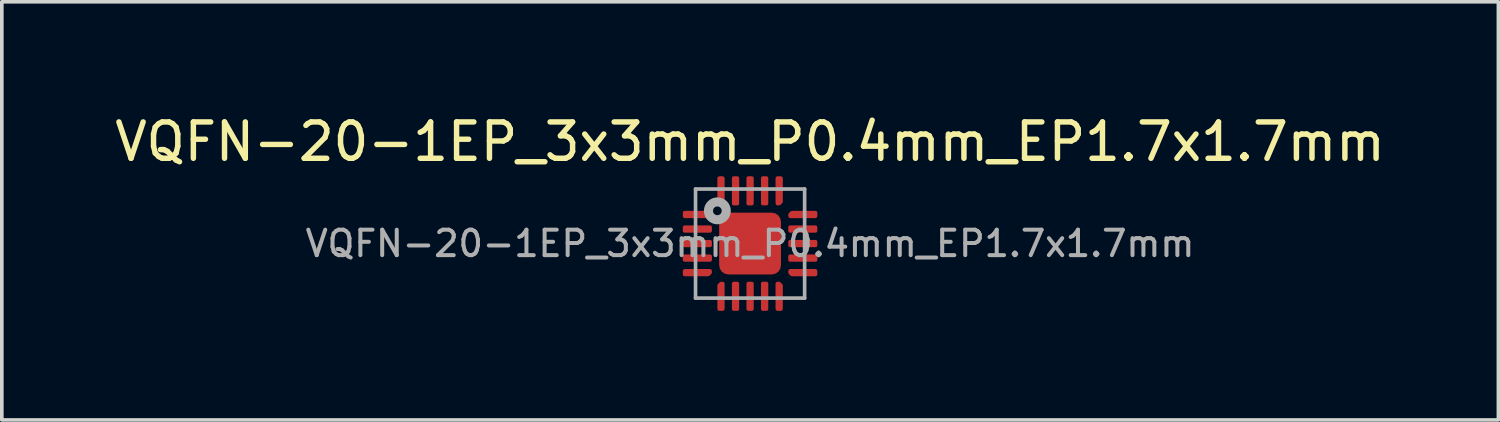
<source format=kicad_pcb>
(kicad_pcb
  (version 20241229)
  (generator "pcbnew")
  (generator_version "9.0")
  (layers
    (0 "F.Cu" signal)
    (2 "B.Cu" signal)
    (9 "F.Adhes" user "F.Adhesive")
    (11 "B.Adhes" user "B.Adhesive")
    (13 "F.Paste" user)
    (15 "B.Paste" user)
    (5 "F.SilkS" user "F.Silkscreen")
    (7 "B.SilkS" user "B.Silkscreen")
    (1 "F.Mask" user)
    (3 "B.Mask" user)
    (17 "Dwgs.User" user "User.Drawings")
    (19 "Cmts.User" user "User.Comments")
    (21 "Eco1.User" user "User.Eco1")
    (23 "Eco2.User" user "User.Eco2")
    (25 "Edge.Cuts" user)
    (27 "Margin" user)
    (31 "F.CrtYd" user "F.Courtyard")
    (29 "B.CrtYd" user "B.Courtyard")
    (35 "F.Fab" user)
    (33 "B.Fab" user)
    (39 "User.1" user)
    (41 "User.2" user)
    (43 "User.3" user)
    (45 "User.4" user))
  (footprint "VQFN-20-1EP_3x3mm_P0.4mm_EP1.7x1.7mm"
    (layer "F.Cu")
    (at 17.577 3.648)
    (property "Reference" "VQFN-20-1EP_3x3mm_P0.4mm_EP1.7x1.7mm" (at 0 -2.8 0) (layer "F.SilkS") (effects (font (size 1 1) (thickness 0.15))))
    (attr smd)
    (fp_line (start -1.5 -1.5) (end 1.5 -1.5) (stroke (width 0.1) (type solid)) (layer "F.Fab"))
    (fp_line (start -1.5 1.5) (end -1.5 -1.5) (stroke (width 0.1) (type solid)) (layer "F.Fab"))
    (fp_line (start 1.5 -1.5) (end 1.5 1.5) (stroke (width 0.1) (type solid)) (layer "F.Fab"))
    (fp_line (start 1.5 1.5) (end -1.5 1.5) (stroke (width 0.1) (type solid)) (layer "F.Fab"))
    (fp_circle (center -0.9 -0.9) (end -0.78 -0.9) (stroke (width 0.25) (type solid)) (fill no) (layer "F.Fab"))
    (fp_text user "${REFERENCE}" (at 0 0 0) (layer "F.Fab") (effects (font (size 0.7 0.7) (thickness 0.11))))
    (pad "" smd roundrect (at -0.425 -0.425) (size 0.69 0.69) (layers "F.Paste") (roundrect_rratio 0.25))
    (pad "" smd roundrect (at -0.425 0.425) (size 0.69 0.69) (layers "F.Paste") (roundrect_rratio 0.25))
    (pad "" smd roundrect (at 0.425 -0.425) (size 0.69 0.69) (layers "F.Paste") (roundrect_rratio 0.25))
    (pad "" smd roundrect (at 0.425 0.425) (size 0.69 0.69) (layers "F.Paste") (roundrect_rratio 0.25))
    (pad "1" smd custom (at -1.45 -0.8) (size 0.143 0.143) (layers "F.Cu" "F.Mask" "F.Paste") (options (anchor circle)) (primitives (gr_poly (pts (xy -0.35 -0.05) (xy 0.299 -0.05) (xy 0.35 0.001) (xy 0.35 0.05) (xy -0.35 0.05)) (width 0.1) (fill yes))))
    (pad "2" smd roundrect (at -1.45 -0.4) (size 0.8 0.2) (layers "F.Cu" "F.Mask" "F.Paste") (roundrect_rratio 0.25))
    (pad "3" smd roundrect (at -1.45 0) (size 0.8 0.2) (layers "F.Cu" "F.Mask" "F.Paste") (roundrect_rratio 0.25))
    (pad "4" smd roundrect (at -1.45 0.4) (size 0.8 0.2) (layers "F.Cu" "F.Mask" "F.Paste") (roundrect_rratio 0.25))
    (pad "5" smd custom (at -1.45 0.8) (size 0.143 0.143) (layers "F.Cu" "F.Mask" "F.Paste") (options (anchor circle)) (primitives (gr_poly (pts (xy -0.35 -0.05) (xy 0.35 -0.05) (xy 0.35 -0.001) (xy 0.299 0.05) (xy -0.35 0.05)) (width 0.1) (fill yes))))
    (pad "6" smd custom (at -0.8 1.45) (size 0.143 0.143) (layers "F.Cu" "F.Mask" "F.Paste") (options (anchor circle)) (primitives (gr_poly (pts (xy -0.05 -0.299) (xy 0.001 -0.35) (xy 0.05 -0.35) (xy 0.05 0.35) (xy -0.05 0.35)) (width 0.1) (fill yes))))
    (pad "7" smd roundrect (at -0.4 1.45) (size 0.2 0.8) (layers "F.Cu" "F.Mask" "F.Paste") (roundrect_rratio 0.25))
    (pad "8" smd roundrect (at 0 1.45) (size 0.2 0.8) (layers "F.Cu" "F.Mask" "F.Paste") (roundrect_rratio 0.25))
    (pad "9" smd roundrect (at 0.4 1.45) (size 0.2 0.8) (layers "F.Cu" "F.Mask" "F.Paste") (roundrect_rratio 0.25))
    (pad "10" smd custom (at 0.8 1.45) (size 0.143 0.143) (layers "F.Cu" "F.Mask" "F.Paste") (options (anchor circle)) (primitives (gr_poly (pts (xy -0.05 -0.35) (xy -0.001 -0.35) (xy 0.05 -0.299) (xy 0.05 0.35) (xy -0.05 0.35)) (width 0.1) (fill yes))))
    (pad "11" smd custom (at 1.45 0.8) (size 0.143 0.143) (layers "F.Cu" "F.Mask" "F.Paste") (options (anchor circle)) (primitives (gr_poly (pts (xy -0.35 -0.05) (xy 0.35 -0.05) (xy 0.35 0.05) (xy -0.299 0.05) (xy -0.35 -0.001)) (width 0.1) (fill yes))))
    (pad "12" smd roundrect (at 1.45 0.4) (size 0.8 0.2) (layers "F.Cu" "F.Mask" "F.Paste") (roundrect_rratio 0.25))
    (pad "13" smd roundrect (at 1.45 0) (size 0.8 0.2) (layers "F.Cu" "F.Mask" "F.Paste") (roundrect_rratio 0.25))
    (pad "14" smd roundrect (at 1.45 -0.4) (size 0.8 0.2) (layers "F.Cu" "F.Mask" "F.Paste") (roundrect_rratio 0.25))
    (pad "15" smd custom (at 1.45 -0.8) (size 0.143 0.143) (layers "F.Cu" "F.Mask" "F.Paste") (options (anchor circle)) (primitives (gr_poly (pts (xy -0.35 0.001) (xy -0.299 -0.05) (xy 0.35 -0.05) (xy 0.35 0.05) (xy -0.35 0.05)) (width 0.1) (fill yes))))
    (pad "16" smd custom (at 0.8 -1.45) (size 0.143 0.143) (layers "F.Cu" "F.Mask" "F.Paste") (options (anchor circle)) (primitives (gr_poly (pts (xy -0.05 -0.35) (xy 0.05 -0.35) (xy 0.05 0.299) (xy -0.001 0.35) (xy -0.05 0.35)) (width 0.1) (fill yes))))
    (pad "17" smd roundrect (at 0.4 -1.45) (size 0.2 0.8) (layers "F.Cu" "F.Mask" "F.Paste") (roundrect_rratio 0.25))
    (pad "18" smd roundrect (at 0 -1.45) (size 0.2 0.8) (layers "F.Cu" "F.Mask" "F.Paste") (roundrect_rratio 0.25))
    (pad "19" smd roundrect (at -0.4 -1.45) (size 0.2 0.8) (layers "F.Cu" "F.Mask" "F.Paste") (roundrect_rratio 0.25))
    (pad "20" smd custom (at -0.8 -1.45) (size 0.143 0.143) (layers "F.Cu" "F.Mask" "F.Paste") (options (anchor circle)) (primitives (gr_poly (pts (xy -0.05 -0.35) (xy 0.05 -0.35) (xy 0.05 0.35) (xy 0.001 0.35) (xy -0.05 0.299)) (width 0.1) (fill yes))))
    (pad "21" smd roundrect (at 0 0) (size 1.7 1.7) (layers "F.Cu" "F.Mask") (roundrect_rratio 0.15)))
  (gr_rect
    (start -3 -3)
    (end 38.155 8.498)
    (stroke (width 0.1) (type default))
    (fill no)
    (layer "Edge.Cuts")))
</source>
